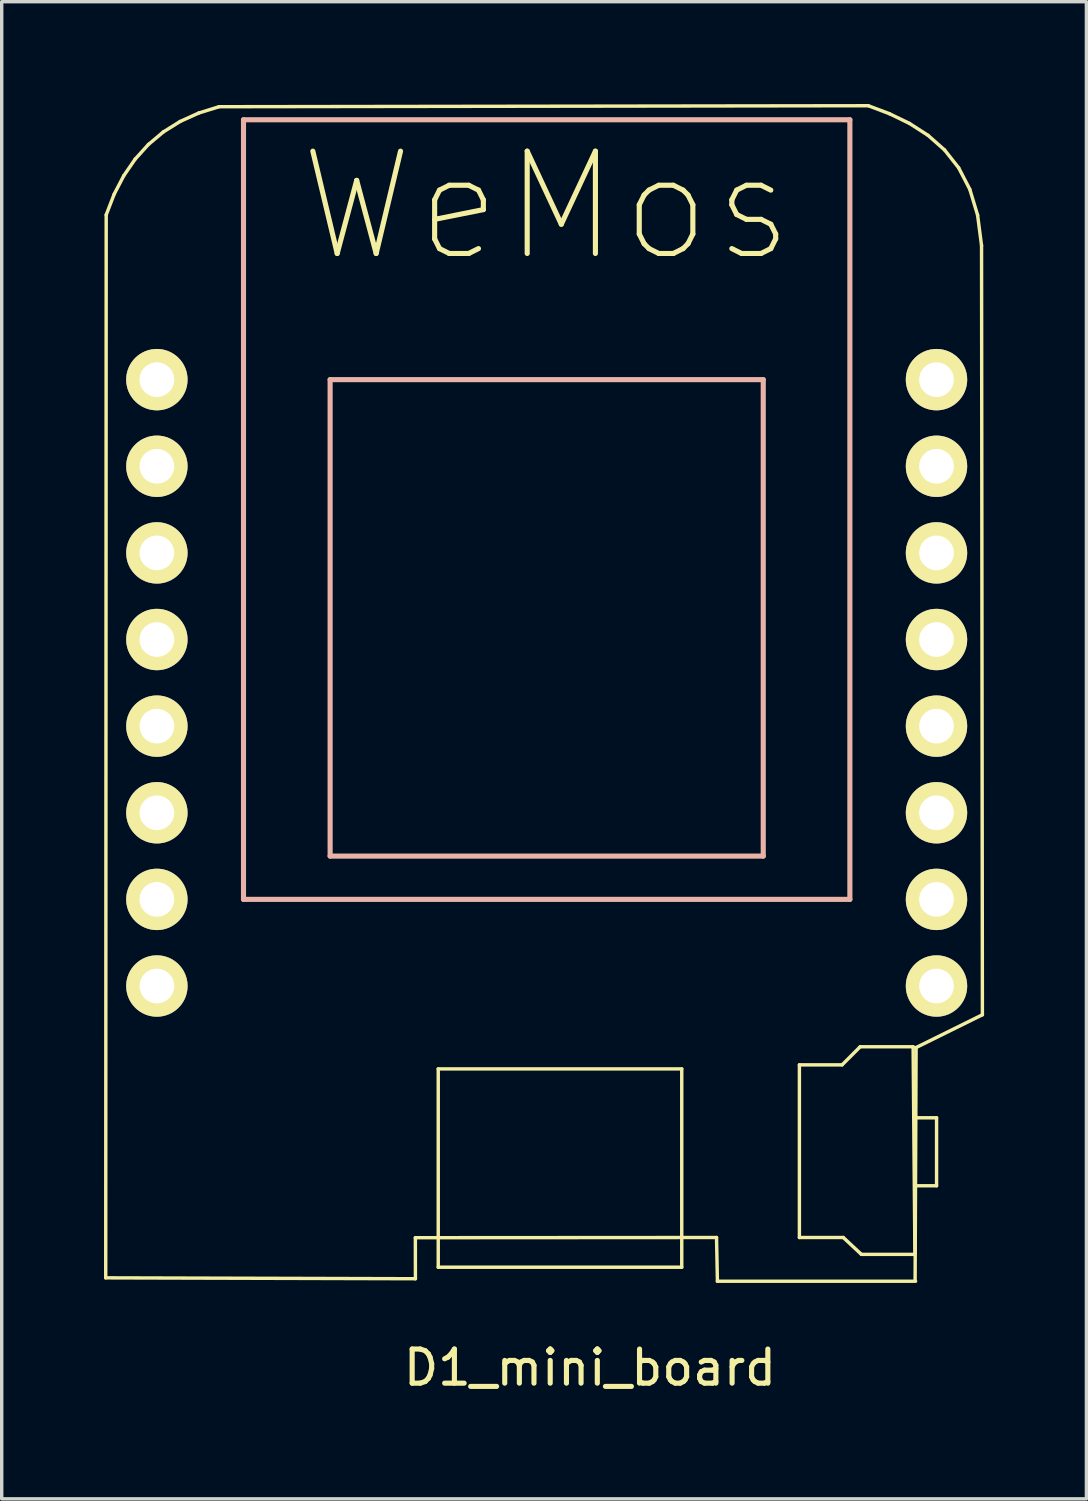
<source format=kicad_pcb>
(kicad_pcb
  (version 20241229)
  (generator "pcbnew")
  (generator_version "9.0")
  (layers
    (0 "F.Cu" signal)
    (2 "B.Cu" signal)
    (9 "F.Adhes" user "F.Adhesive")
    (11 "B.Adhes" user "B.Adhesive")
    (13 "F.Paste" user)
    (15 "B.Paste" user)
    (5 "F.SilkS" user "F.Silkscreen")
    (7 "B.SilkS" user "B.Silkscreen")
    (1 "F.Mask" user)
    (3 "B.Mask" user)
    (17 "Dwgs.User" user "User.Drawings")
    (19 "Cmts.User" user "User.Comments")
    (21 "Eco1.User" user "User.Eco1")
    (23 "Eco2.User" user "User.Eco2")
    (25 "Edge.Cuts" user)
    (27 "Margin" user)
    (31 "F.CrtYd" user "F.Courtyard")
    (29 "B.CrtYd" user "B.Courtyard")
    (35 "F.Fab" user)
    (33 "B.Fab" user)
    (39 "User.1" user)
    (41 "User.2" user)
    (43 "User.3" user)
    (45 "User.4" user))
  (footprint "D1_mini_board"
    (layer "F.Cu")
    (at 12.98 18.242)
    (property "Reference" "D1_mini_board" (at 1.27 18.81 0) (layer "F.SilkS") (effects (font (size 1 1) (thickness 0.15))))
    (attr through_hole)
    (fp_line (start -12.93 16.177) (end -12.916 -14.993) (stroke (width 0.1) (type solid)) (layer "F.SilkS"))
    (fp_line (start -12.916 -14.993) (end -12.683 -15.596) (stroke (width 0.1) (type solid)) (layer "F.SilkS"))
    (fp_line (start -12.683 -15.596) (end -12.4 -16.141) (stroke (width 0.1) (type solid)) (layer "F.SilkS"))
    (fp_line (start -12.4 -16.141) (end -12.065 -16.628) (stroke (width 0.1) (type solid)) (layer "F.SilkS"))
    (fp_line (start -12.065 -16.628) (end -11.679 -17.055) (stroke (width 0.1) (type solid)) (layer "F.SilkS"))
    (fp_line (start -11.679 -17.055) (end -11.241 -17.423) (stroke (width 0.1) (type solid)) (layer "F.SilkS"))
    (fp_line (start -11.241 -17.423) (end -10.749 -17.73) (stroke (width 0.1) (type solid)) (layer "F.SilkS"))
    (fp_line (start -10.749 -17.73) (end -10.205 -17.977) (stroke (width 0.1) (type solid)) (layer "F.SilkS"))
    (fp_line (start -10.205 -17.977) (end -9.607 -18.163) (stroke (width 0.1) (type solid)) (layer "F.SilkS"))
    (fp_line (start -9.607 -18.163) (end 9.43 -18.192) (stroke (width 0.1) (type solid)) (layer "F.SilkS"))
    (fp_line (start -3.851 15) (end -3.849 16.203) (stroke (width 0.1) (type solid)) (layer "F.SilkS"))
    (fp_line (start -3.849 16.203) (end -12.93 16.177) (stroke (width 0.1) (type solid)) (layer "F.SilkS"))
    (fp_line (start -3.18 10.051) (end 3.96 10.051) (stroke (width 0.1) (type solid)) (layer "F.SilkS"))
    (fp_line (start -3.18 15.865) (end -3.18 10.051) (stroke (width 0.1) (type solid)) (layer "F.SilkS"))
    (fp_line (start 3.96 10.051) (end 3.96 15.865) (stroke (width 0.1) (type solid)) (layer "F.SilkS"))
    (fp_line (start 3.96 15.865) (end -3.18 15.865) (stroke (width 0.1) (type solid)) (layer "F.SilkS"))
    (fp_line (start 4.98 14.994) (end -3.851 15) (stroke (width 0.1) (type solid)) (layer "F.SilkS"))
    (fp_line (start 5.006 16.277) (end 4.98 14.994) (stroke (width 0.1) (type solid)) (layer "F.SilkS"))
    (fp_line (start 7.41 9.932) (end 7.41 14.994) (stroke (width 0.1) (type solid)) (layer "F.SilkS"))
    (fp_line (start 7.41 14.994) (end 8.697 14.994) (stroke (width 0.1) (type solid)) (layer "F.SilkS"))
    (fp_line (start 8.662 9.932) (end 7.41 9.932) (stroke (width 0.1) (type solid)) (layer "F.SilkS"))
    (fp_line (start 8.697 14.994) (end 9.227 15.488) (stroke (width 0.1) (type solid)) (layer "F.SilkS"))
    (fp_line (start 9.191 9.402) (end 8.662 9.932) (stroke (width 0.1) (type solid)) (layer "F.SilkS"))
    (fp_line (start 9.227 15.488) (end 10.797 15.488) (stroke (width 0.1) (type solid)) (layer "F.SilkS"))
    (fp_line (start 9.43 -18.192) (end 10.05 -17.958) (stroke (width 0.1) (type solid)) (layer "F.SilkS"))
    (fp_line (start 10.05 -17.958) (end 10.638 -17.673) (stroke (width 0.1) (type solid)) (layer "F.SilkS"))
    (fp_line (start 10.638 -17.673) (end 11.181 -17.324) (stroke (width 0.1) (type solid)) (layer "F.SilkS"))
    (fp_line (start 10.744 9.402) (end 9.191 9.402) (stroke (width 0.1) (type solid)) (layer "F.SilkS"))
    (fp_line (start 10.779 11.484) (end 11.432 11.484) (stroke (width 0.1) (type solid)) (layer "F.SilkS"))
    (fp_line (start 10.797 15.488) (end 10.744 9.402) (stroke (width 0.1) (type solid)) (layer "F.SilkS"))
    (fp_line (start 10.817 16.277) (end 5.006 16.277) (stroke (width 0.1) (type solid)) (layer "F.SilkS"))
    (fp_line (start 10.832 9.424) (end 10.803 16.233) (stroke (width 0.1) (type solid)) (layer "F.SilkS"))
    (fp_line (start 11.181 -17.324) (end 11.667 -16.895) (stroke (width 0.1) (type solid)) (layer "F.SilkS"))
    (fp_line (start 11.432 11.484) (end 11.432 13.477) (stroke (width 0.1) (type solid)) (layer "F.SilkS"))
    (fp_line (start 11.432 13.477) (end 10.814 13.477) (stroke (width 0.1) (type solid)) (layer "F.SilkS"))
    (fp_line (start 11.667 -16.895) (end 12.08 -16.371) (stroke (width 0.1) (type solid)) (layer "F.SilkS"))
    (fp_line (start 12.08 -16.371) (end 12.407 -15.74) (stroke (width 0.1) (type solid)) (layer "F.SilkS"))
    (fp_line (start 12.407 -15.74) (end 12.635 -14.985) (stroke (width 0.1) (type solid)) (layer "F.SilkS"))
    (fp_line (start 12.635 -14.985) (end 12.751 -14.092) (stroke (width 0.1) (type solid)) (layer "F.SilkS"))
    (fp_line (start 12.751 -14.092) (end 12.776 8.463) (stroke (width 0.1) (type solid)) (layer "F.SilkS"))
    (fp_line (start 12.776 8.463) (end 10.832 9.424) (stroke (width 0.1) (type solid)) (layer "F.SilkS"))
    (fp_line (start -8.89 -17.78) (end -8.89 5.08) (stroke (width 0.15) (type solid)) (layer "B.SilkS"))
    (fp_line (start -8.89 5.08) (end 8.89 5.08) (stroke (width 0.15) (type solid)) (layer "B.SilkS"))
    (fp_line (start -6.35 -10.16) (end 6.35 -10.16) (stroke (width 0.15) (type solid)) (layer "B.SilkS"))
    (fp_line (start -6.35 3.81) (end -6.35 -10.16) (stroke (width 0.15) (type solid)) (layer "B.SilkS"))
    (fp_line (start 6.35 -10.16) (end 6.35 3.81) (stroke (width 0.15) (type solid)) (layer "B.SilkS"))
    (fp_line (start 6.35 3.81) (end -6.35 3.81) (stroke (width 0.15) (type solid)) (layer "B.SilkS"))
    (fp_line (start 8.89 -17.78) (end -8.89 -17.78) (stroke (width 0.15) (type solid)) (layer "B.SilkS"))
    (fp_line (start 8.89 5.08) (end 8.89 -17.78) (stroke (width 0.15) (type solid)) (layer "B.SilkS"))
    (fp_text user "WeMos" (at 0 -15.24 0) (layer "F.SilkS") (effects (font (size 3 3) (thickness 0.15))))
    (pad "1" thru_hole circle (at -11.43 7.62) (size 1.8 1.8) (drill 1.016) (layers "*.Cu" "*.Mask" "F.SilkS"))
    (pad "2" thru_hole circle (at -11.43 5.08) (size 1.8 1.8) (drill 1.016) (layers "*.Cu" "*.Mask" "F.SilkS"))
    (pad "3" thru_hole circle (at -11.43 2.54) (size 1.8 1.8) (drill 1.016) (layers "*.Cu" "*.Mask" "F.SilkS"))
    (pad "4" thru_hole circle (at -11.43 0) (size 1.8 1.8) (drill 1.016) (layers "*.Cu" "*.Mask" "F.SilkS"))
    (pad "5" thru_hole circle (at -11.43 -2.54) (size 1.8 1.8) (drill 1.016) (layers "*.Cu" "*.Mask" "F.SilkS"))
    (pad "6" thru_hole circle (at -11.43 -5.08) (size 1.8 1.8) (drill 1.016) (layers "*.Cu" "*.Mask" "F.SilkS"))
    (pad "7" thru_hole circle (at -11.43 -7.62) (size 1.8 1.8) (drill 1.016) (layers "*.Cu" "*.Mask" "F.SilkS"))
    (pad "8" thru_hole circle (at -11.43 -10.16) (size 1.8 1.8) (drill 1.016) (layers "*.Cu" "*.Mask" "F.SilkS"))
    (pad "9" thru_hole circle (at 11.43 -10.16) (size 1.8 1.8) (drill 1.016) (layers "*.Cu" "*.Mask" "F.SilkS"))
    (pad "10" thru_hole circle (at 11.43 -7.62) (size 1.8 1.8) (drill 1.016) (layers "*.Cu" "*.Mask" "F.SilkS"))
    (pad "11" thru_hole circle (at 11.43 -5.08) (size 1.8 1.8) (drill 1.016) (layers "*.Cu" "*.Mask" "F.SilkS"))
    (pad "12" thru_hole circle (at 11.43 -2.54) (size 1.8 1.8) (drill 1.016) (layers "*.Cu" "*.Mask" "F.SilkS"))
    (pad "13" thru_hole circle (at 11.43 0) (size 1.8 1.8) (drill 1.016) (layers "*.Cu" "*.Mask" "F.SilkS"))
    (pad "14" thru_hole circle (at 11.43 2.54) (size 1.8 1.8) (drill 1.016) (layers "*.Cu" "*.Mask" "F.SilkS"))
    (pad "15" thru_hole circle (at 11.43 5.08) (size 1.8 1.8) (drill 1.016) (layers "*.Cu" "*.Mask" "F.SilkS"))
    (pad "16" thru_hole circle (at 11.43 7.62) (size 1.8 1.8) (drill 1.016) (layers "*.Cu" "*.Mask" "F.SilkS")))
  (gr_rect
    (start -3 -3)
    (end 28.806 40.9)
    (stroke (width 0.1) (type default))
    (fill no)
    (layer "Edge.Cuts")))
</source>
